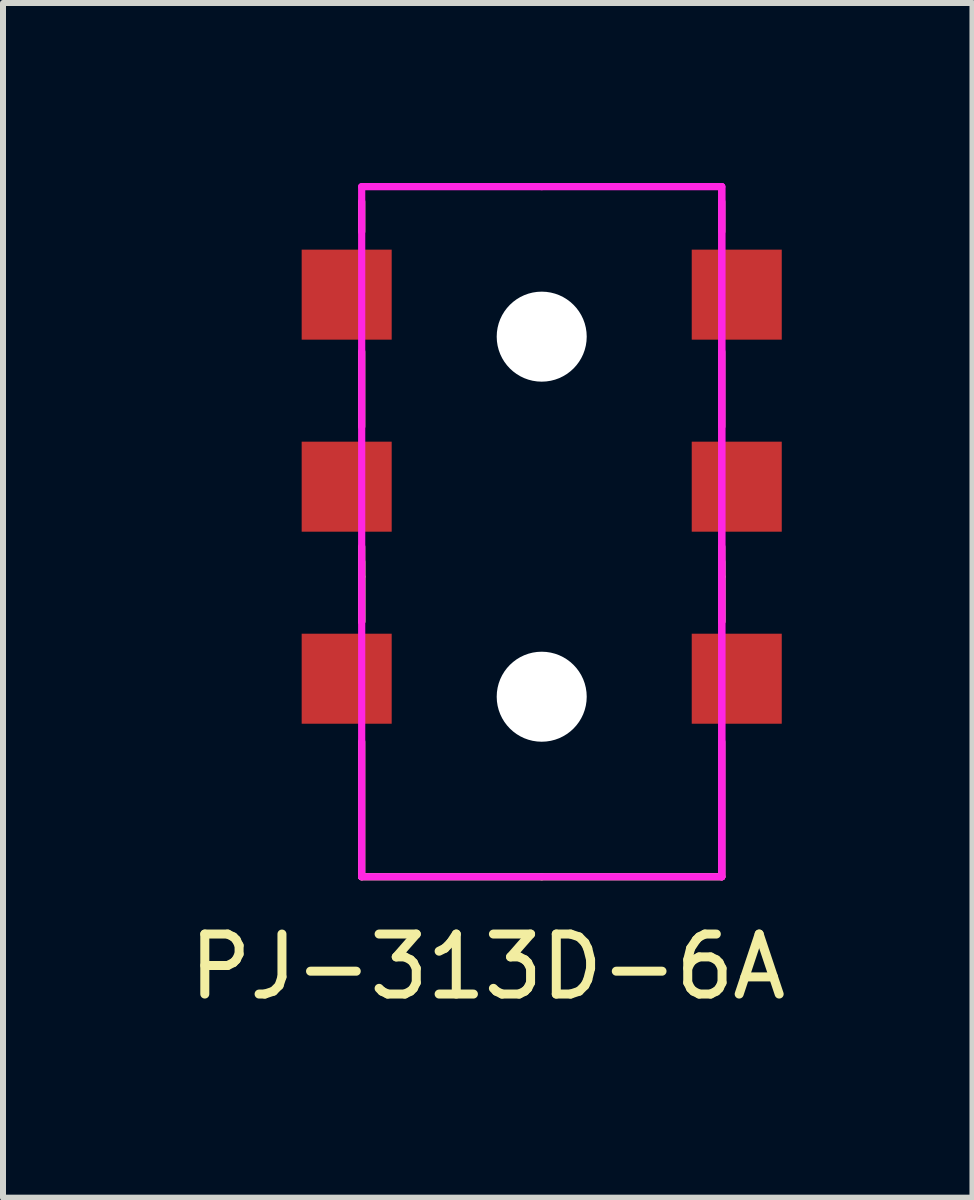
<source format=kicad_pcb>
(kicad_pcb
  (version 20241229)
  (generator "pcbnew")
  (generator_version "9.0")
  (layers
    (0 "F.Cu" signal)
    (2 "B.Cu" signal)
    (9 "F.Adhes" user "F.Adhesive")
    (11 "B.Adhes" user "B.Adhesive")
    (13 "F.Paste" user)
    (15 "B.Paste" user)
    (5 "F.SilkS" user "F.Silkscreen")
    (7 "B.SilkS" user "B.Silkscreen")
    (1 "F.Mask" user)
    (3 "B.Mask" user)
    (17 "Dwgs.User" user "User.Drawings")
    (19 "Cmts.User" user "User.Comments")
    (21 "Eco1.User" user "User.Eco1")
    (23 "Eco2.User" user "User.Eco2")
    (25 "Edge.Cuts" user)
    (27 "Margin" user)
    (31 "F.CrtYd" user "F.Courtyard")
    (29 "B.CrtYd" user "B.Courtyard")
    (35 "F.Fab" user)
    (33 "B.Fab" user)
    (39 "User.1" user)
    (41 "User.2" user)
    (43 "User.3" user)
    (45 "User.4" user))
  (footprint "PJ-313D-6A"
    (layer "F.Cu")
    (at 5.977 2.56)
    (property "Reference" "PJ-313D-6A" (at -0.9 10.5 0) (layer "F.SilkS") (effects (font (size 1 1) (thickness 0.15))))
    (attr through_hole)
    (fp_line (start -3 -1.75) (end -3 -2.25) (stroke (width 0.12) (type solid)) (layer "F.SilkS"))
    (fp_line (start -3 0.25) (end -3 1.5) (stroke (width 0.12) (type solid)) (layer "F.SilkS"))
    (fp_line (start -3 3.75) (end -3 4.75) (stroke (width 0.12) (type solid)) (layer "F.SilkS"))
    (fp_line (start -3 4) (end -3 3.5) (stroke (width 0.12) (type solid)) (layer "F.SilkS"))
    (fp_line (start -3 4.75) (end -3 4) (stroke (width 0.12) (type solid)) (layer "F.SilkS"))
    (fp_line (start -3 6.75) (end -3 9) (stroke (width 0.12) (type solid)) (layer "F.SilkS"))
    (fp_line (start -3 9) (end 0 9) (stroke (width 0.12) (type solid)) (layer "F.SilkS"))
    (fp_line (start 3 -1.75) (end 3 -2.25) (stroke (width 0.12) (type solid)) (layer "F.SilkS"))
    (fp_line (start 3 0.25) (end 3 1.5) (stroke (width 0.12) (type solid)) (layer "F.SilkS"))
    (fp_line (start 3 3.75) (end 3 4.75) (stroke (width 0.12) (type solid)) (layer "F.SilkS"))
    (fp_line (start 3 4) (end 3 3.5) (stroke (width 0.12) (type solid)) (layer "F.SilkS"))
    (fp_line (start 3 4.75) (end 3 4) (stroke (width 0.12) (type solid)) (layer "F.SilkS"))
    (fp_line (start 3 6.75) (end 3 9) (stroke (width 0.12) (type solid)) (layer "F.SilkS"))
    (fp_line (start 3 9) (end 0 9) (stroke (width 0.12) (type solid)) (layer "F.SilkS"))
    (fp_line (start -3 -2.5) (end 0 -2.5) (stroke (width 0.12) (type solid)) (layer "F.CrtYd"))
    (fp_line (start -3 9) (end -3 -2.5) (stroke (width 0.12) (type solid)) (layer "F.CrtYd"))
    (fp_line (start 0 -2.5) (end 3 -2.5) (stroke (width 0.12) (type solid)) (layer "F.CrtYd"))
    (fp_line (start 3 -2.5) (end 3 9) (stroke (width 0.12) (type solid)) (layer "F.CrtYd"))
    (fp_line (start 3 9) (end -3 9) (stroke (width 0.12) (type solid)) (layer "F.CrtYd"))
    (fp_line (start 3 9) (end 3 -2.5) (stroke (width 0.12) (type solid)) (layer "F.CrtYd"))
    (pad "" np_thru_hole circle (at 0 0) (size 1.5 1.5) (drill 1.5) (layers "*.Cu" "*.Mask"))
    (pad "" np_thru_hole circle (at 0 6) (size 1.5 1.5) (drill 1.5) (layers "*.Cu" "*.Mask"))
    (pad "R" smd rect (at -3.25 2.5) (size 1.5 1.5) (layers "F.Cu" "F.Mask" "F.Paste"))
    (pad "R" smd rect (at 3.25 2.5) (size 1.5 1.5) (layers "F.Cu" "F.Mask" "F.Paste"))
    (pad "S" smd rect (at -3.25 -0.7) (size 1.5 1.5) (layers "F.Cu" "F.Mask" "F.Paste"))
    (pad "S" smd rect (at 3.25 -0.7) (size 1.5 1.5) (layers "F.Cu" "F.Mask" "F.Paste"))
    (pad "T" smd rect (at -3.25 5.7) (size 1.5 1.5) (layers "F.Cu" "F.Mask" "F.Paste"))
    (pad "T" smd rect (at 3.25 5.7) (size 1.5 1.5) (layers "F.Cu" "F.Mask" "F.Paste")))
  (gr_rect
    (start -3 -3)
    (end 13.155 16.908)
    (stroke (width 0.1) (type default))
    (fill no)
    (layer "Edge.Cuts")))
</source>
